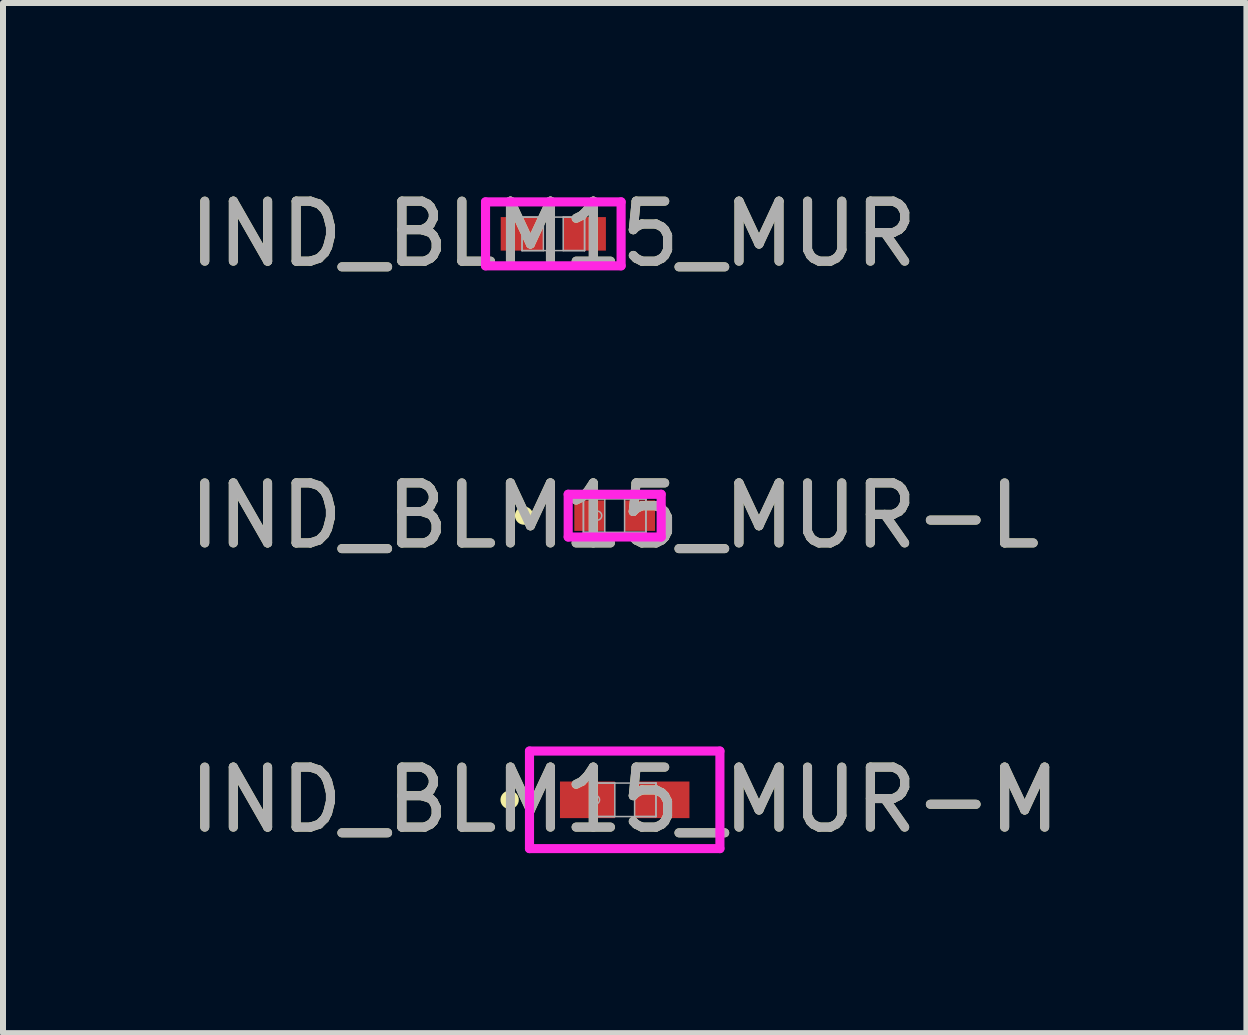
<source format=kicad_pcb>
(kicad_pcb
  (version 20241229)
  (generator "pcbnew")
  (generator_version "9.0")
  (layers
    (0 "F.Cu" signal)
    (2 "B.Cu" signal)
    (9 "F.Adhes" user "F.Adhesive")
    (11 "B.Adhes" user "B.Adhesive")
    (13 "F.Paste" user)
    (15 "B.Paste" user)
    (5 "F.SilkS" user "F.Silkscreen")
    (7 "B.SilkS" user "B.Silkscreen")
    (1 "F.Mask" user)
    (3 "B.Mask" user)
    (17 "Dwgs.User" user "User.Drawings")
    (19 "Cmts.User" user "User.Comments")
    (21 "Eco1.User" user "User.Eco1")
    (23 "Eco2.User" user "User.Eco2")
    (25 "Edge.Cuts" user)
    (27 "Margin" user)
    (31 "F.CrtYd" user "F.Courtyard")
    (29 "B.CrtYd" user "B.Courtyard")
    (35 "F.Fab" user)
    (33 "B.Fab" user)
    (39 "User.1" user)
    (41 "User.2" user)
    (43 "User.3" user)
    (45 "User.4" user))
  (footprint "IND_BLM15_MUR-M"
    (layer "F.Cu")
    (at 7.363 10.282)
    (property "Reference" "IND_BLM15_MUR-M" (at 0 0 0) (unlocked yes) (layer "F.SilkS") (effects (font (size 1 1) (thickness 0.15))))
    (attr smd)
    (fp_circle (center -1.918 0) (end -1.841 0) (stroke (width 0.152) (type solid)) (fill no) (layer "F.SilkS"))
    (fp_line (start -1.587 -0.813) (end 1.587 -0.813) (stroke (width 0.152) (type solid)) (layer "F.CrtYd"))
    (fp_line (start -1.587 0.813) (end -1.587 -0.813) (stroke (width 0.152) (type solid)) (layer "F.CrtYd"))
    (fp_line (start 1.587 -0.813) (end 1.587 0.813) (stroke (width 0.152) (type solid)) (layer "F.CrtYd"))
    (fp_line (start 1.587 0.813) (end -1.587 0.813) (stroke (width 0.152) (type solid)) (layer "F.CrtYd"))
    (fp_line (start -0.521 -0.279) (end -0.521 0.279) (stroke (width 0.025) (type solid)) (layer "F.Fab"))
    (fp_line (start -0.521 -0.279) (end -0.521 0.279) (stroke (width 0.025) (type solid)) (layer "F.Fab"))
    (fp_line (start -0.521 0.279) (end -0.165 0.279) (stroke (width 0.025) (type solid)) (layer "F.Fab"))
    (fp_line (start -0.521 0.279) (end 0.521 0.279) (stroke (width 0.025) (type solid)) (layer "F.Fab"))
    (fp_line (start -0.165 -0.279) (end -0.521 -0.279) (stroke (width 0.025) (type solid)) (layer "F.Fab"))
    (fp_line (start -0.165 0.279) (end -0.165 -0.279) (stroke (width 0.025) (type solid)) (layer "F.Fab"))
    (fp_line (start 0.165 -0.279) (end 0.165 0.279) (stroke (width 0.025) (type solid)) (layer "F.Fab"))
    (fp_line (start 0.165 0.279) (end 0.521 0.279) (stroke (width 0.025) (type solid)) (layer "F.Fab"))
    (fp_line (start 0.521 -0.279) (end -0.521 -0.279) (stroke (width 0.025) (type solid)) (layer "F.Fab"))
    (fp_line (start 0.521 -0.279) (end 0.165 -0.279) (stroke (width 0.025) (type solid)) (layer "F.Fab"))
    (fp_line (start 0.521 0.279) (end 0.521 -0.279) (stroke (width 0.025) (type solid)) (layer "F.Fab"))
    (fp_line (start 0.521 0.279) (end 0.521 -0.279) (stroke (width 0.025) (type solid)) (layer "F.Fab"))
    (fp_circle (center -0.495 0) (end -0.419 0) (stroke (width 0.025) (type solid)) (fill no) (layer "F.Fab"))
    (fp_text user "${REFERENCE}" (at 0 0 0) (unlocked yes) (layer "F.Fab") (effects (font (size 1 1) (thickness 0.15))))
    (pad "1" smd rect (at -0.622 0) (size 0.914 0.61) (layers "F.Cu" "F.Mask" "F.Paste"))
    (pad "2" smd rect (at 0.622 0) (size 0.914 0.61) (layers "F.Cu" "F.Mask" "F.Paste"))
    (zone (net_name "") (layer "F.Cu") (hatch full 0.508) (connect_pads) (min_thickness 0.254) (filled_areas_thickness no) (keepout (tracks not_allowed) (vias not_allowed) (pads allowed) (copperpour not_allowed) (footprints allowed)) (placement (enabled no)) (fill) (polygon (pts (xy 7.249 10.053) (xy 7.477 10.053) (xy 7.477 10.511) (xy 7.249 10.511)))))
  (footprint "IND_BLM15_MUR-L"
    (layer "F.Cu")
    (at 7.196 5.545)
    (property "Reference" "IND_BLM15_MUR-L" (at 0 0 0) (unlocked yes) (layer "F.SilkS") (effects (font (size 1 1) (thickness 0.15))))
    (attr smd)
    (fp_circle (center -1.511 0) (end -1.435 0) (stroke (width 0.152) (type solid)) (fill no) (layer "F.SilkS"))
    (fp_line (start -0.775 -0.356) (end 0.775 -0.356) (stroke (width 0.152) (type solid)) (layer "F.CrtYd"))
    (fp_line (start -0.775 0.356) (end -0.775 -0.356) (stroke (width 0.152) (type solid)) (layer "F.CrtYd"))
    (fp_line (start 0.775 -0.356) (end 0.775 0.356) (stroke (width 0.152) (type solid)) (layer "F.CrtYd"))
    (fp_line (start 0.775 0.356) (end -0.775 0.356) (stroke (width 0.152) (type solid)) (layer "F.CrtYd"))
    (fp_line (start -0.521 -0.279) (end -0.521 0.279) (stroke (width 0.025) (type solid)) (layer "F.Fab"))
    (fp_line (start -0.521 -0.279) (end -0.521 0.279) (stroke (width 0.025) (type solid)) (layer "F.Fab"))
    (fp_line (start -0.521 0.279) (end -0.165 0.279) (stroke (width 0.025) (type solid)) (layer "F.Fab"))
    (fp_line (start -0.521 0.279) (end 0.521 0.279) (stroke (width 0.025) (type solid)) (layer "F.Fab"))
    (fp_line (start -0.165 -0.279) (end -0.521 -0.279) (stroke (width 0.025) (type solid)) (layer "F.Fab"))
    (fp_line (start -0.165 0.279) (end -0.165 -0.279) (stroke (width 0.025) (type solid)) (layer "F.Fab"))
    (fp_line (start 0.165 -0.279) (end 0.165 0.279) (stroke (width 0.025) (type solid)) (layer "F.Fab"))
    (fp_line (start 0.165 0.279) (end 0.521 0.279) (stroke (width 0.025) (type solid)) (layer "F.Fab"))
    (fp_line (start 0.521 -0.279) (end -0.521 -0.279) (stroke (width 0.025) (type solid)) (layer "F.Fab"))
    (fp_line (start 0.521 -0.279) (end 0.165 -0.279) (stroke (width 0.025) (type solid)) (layer "F.Fab"))
    (fp_line (start 0.521 0.279) (end 0.521 -0.279) (stroke (width 0.025) (type solid)) (layer "F.Fab"))
    (fp_line (start 0.521 0.279) (end 0.521 -0.279) (stroke (width 0.025) (type solid)) (layer "F.Fab"))
    (fp_circle (center -0.292 0) (end -0.216 0) (stroke (width 0.025) (type solid)) (fill no) (layer "F.Fab"))
    (fp_text user "${REFERENCE}" (at 0 0 0) (unlocked yes) (layer "F.Fab") (effects (font (size 1 1) (thickness 0.15))))
    (pad "1" smd rect (at -0.419 0) (size 0.508 0.508) (layers "F.Cu" "F.Mask" "F.Paste"))
    (pad "2" smd rect (at 0.419 0) (size 0.508 0.508) (layers "F.Cu" "F.Mask" "F.Paste"))
    (zone (net_name "") (layer "F.Cu") (hatch full 0.508) (connect_pads) (min_thickness 0.254) (filled_areas_thickness no) (keepout (tracks not_allowed) (vias not_allowed) (pads allowed) (copperpour not_allowed) (footprints allowed)) (placement (enabled no)) (fill) (polygon (pts (xy 7.082 5.316) (xy 7.311 5.316) (xy 7.311 5.773) (xy 7.082 5.773)))))
  (footprint "IND_BLM15_MUR"
    (layer "F.Cu")
    (at 6.173 0.848)
    (property "Reference" "IND_BLM15_MUR" (at 0 0 0) (unlocked yes) (layer "F.SilkS") (effects (font (size 1 1) (thickness 0.15))))
    (attr smd)
    (fp_line (start -1.13 -0.533) (end 1.13 -0.533) (stroke (width 0.152) (type solid)) (layer "F.CrtYd"))
    (fp_line (start -1.13 0.533) (end -1.13 -0.533) (stroke (width 0.152) (type solid)) (layer "F.CrtYd"))
    (fp_line (start 1.13 -0.533) (end 1.13 0.533) (stroke (width 0.152) (type solid)) (layer "F.CrtYd"))
    (fp_line (start 1.13 0.533) (end -1.13 0.533) (stroke (width 0.152) (type solid)) (layer "F.CrtYd"))
    (fp_line (start -0.521 -0.279) (end -0.521 0.279) (stroke (width 0.025) (type solid)) (layer "F.Fab"))
    (fp_line (start -0.521 -0.279) (end -0.521 0.279) (stroke (width 0.025) (type solid)) (layer "F.Fab"))
    (fp_line (start -0.521 0.279) (end -0.165 0.279) (stroke (width 0.025) (type solid)) (layer "F.Fab"))
    (fp_line (start -0.521 0.279) (end 0.521 0.279) (stroke (width 0.025) (type solid)) (layer "F.Fab"))
    (fp_line (start -0.165 -0.279) (end -0.521 -0.279) (stroke (width 0.025) (type solid)) (layer "F.Fab"))
    (fp_line (start -0.165 0.279) (end -0.165 -0.279) (stroke (width 0.025) (type solid)) (layer "F.Fab"))
    (fp_line (start 0.165 -0.279) (end 0.165 0.279) (stroke (width 0.025) (type solid)) (layer "F.Fab"))
    (fp_line (start 0.165 0.279) (end 0.521 0.279) (stroke (width 0.025) (type solid)) (layer "F.Fab"))
    (fp_line (start 0.521 -0.279) (end -0.521 -0.279) (stroke (width 0.025) (type solid)) (layer "F.Fab"))
    (fp_line (start 0.521 -0.279) (end 0.165 -0.279) (stroke (width 0.025) (type solid)) (layer "F.Fab"))
    (fp_line (start 0.521 0.279) (end 0.521 -0.279) (stroke (width 0.025) (type solid)) (layer "F.Fab"))
    (fp_line (start 0.521 0.279) (end 0.521 -0.279) (stroke (width 0.025) (type solid)) (layer "F.Fab"))
    (fp_circle (center -0.394 0) (end -0.394 0) (stroke (width 0.025) (type solid)) (fill no) (layer "F.Fab"))
    (fp_text user "${REFERENCE}" (at 0 0 0) (unlocked yes) (layer "F.Fab") (effects (font (size 1 1) (thickness 0.15))))
    (pad "1" smd rect (at -0.521 0) (size 0.711 0.559) (layers "F.Cu" "F.Mask" "F.Paste"))
    (pad "2" smd rect (at 0.521 0) (size 0.711 0.559) (layers "F.Cu" "F.Mask" "F.Paste"))
    (zone (net_name "") (layer "F.Cu") (hatch full 0.508) (connect_pads) (min_thickness 0.254) (filled_areas_thickness no) (keepout (tracks not_allowed) (vias not_allowed) (pads allowed) (copperpour not_allowed) (footprints allowed)) (placement (enabled no)) (fill) (polygon (pts (xy 6.058 0.62) (xy 6.287 0.62) (xy 6.287 1.077) (xy 6.058 1.077)))))
  (gr_rect
    (start -3 -3)
    (end 17.726 14.171)
    (stroke (width 0.1) (type default))
    (fill no)
    (layer "Edge.Cuts")))
</source>
